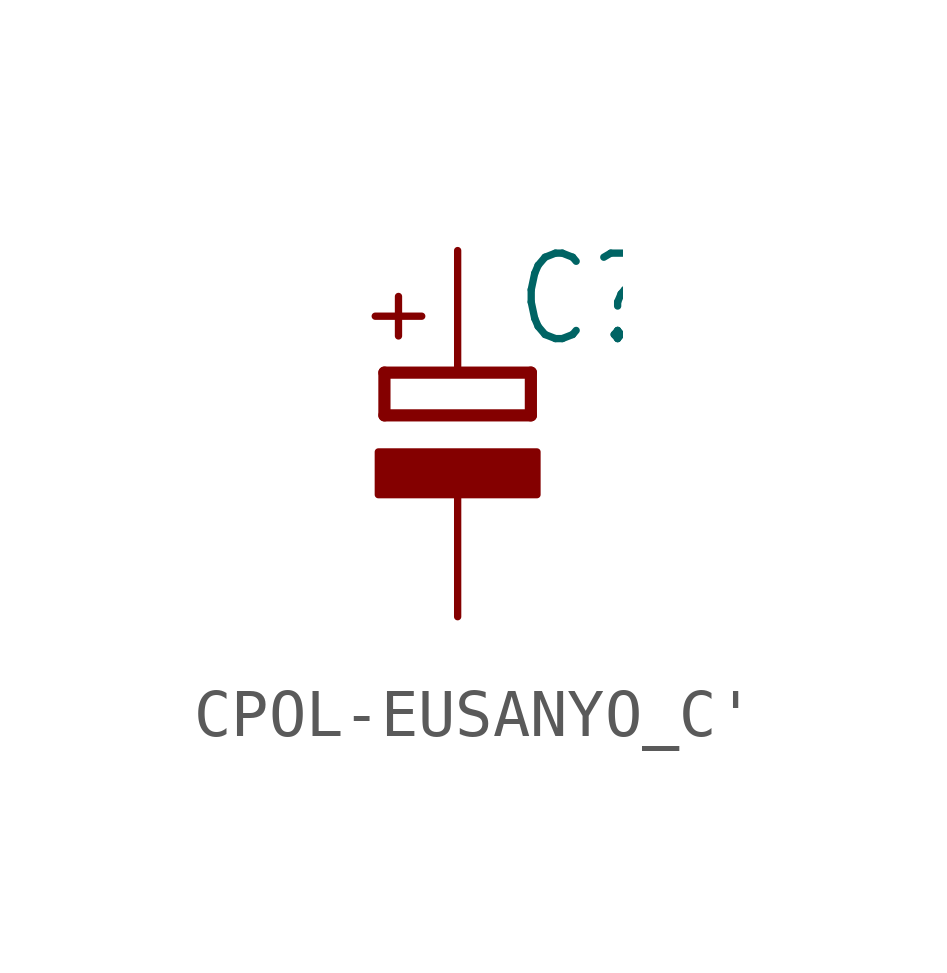
<source format=kicad_sym>
(kicad_symbol_lib
  (version 20241209)
  (generator "kicad_symbol_editor")
  (generator_version "9.0")
  (symbol "CPOL-EUSANYO_C'"
    (property "Reference" "C"
      (at 1.143 0.483 0)
      (effects (font (size 1.778 1.511)) (justify left bottom)))
    (property "Value" ""
      (at 1.143 -4.597 0)
      (effects (font (size 1.778 1.511)) (justify left bottom)))
    (property "ki_locked" ""
      (at 0 0 0)
      (effects (font (size 1.27 1.27))))
    (symbol "CPOL-EUSANYO_C'_1_0"
      (rectangle (start -1.651 -2.54) (end 1.651 -1.651) (stroke (width 0) (type default)) (fill (type outline)))
      (polyline (pts (xy -1.524 0) (xy -1.524 -0.889)) (stroke (width 0.254) (type solid)) (fill (type none)))
      (polyline (pts (xy -1.524 0) (xy 1.524 0)) (stroke (width 0.254) (type solid)) (fill (type none)))
      (polyline (pts (xy -1.524 -0.889) (xy 1.524 -0.889)) (stroke (width 0.254) (type solid)) (fill (type none)))
      (polyline (pts (xy 1.524 -0.889) (xy 1.524 0)) (stroke (width 0.254) (type solid)) (fill (type none)))
      (text "+" (at -0.584 0.406 900) (effects (font (size 1.27 1.079)) (justify left bottom)))
      (pin passive line (at 0 2.54 270) (length 2.54) (name "+" (effects (font (size 0 0)))) (number "+" (effects (font (size 0 0)))))
      (pin passive line (at 0 -5.08 90) (length 2.54) (name "-" (effects (font (size 0 0)))) (number "-" (effects (font (size 0 0))))))))
</source>
